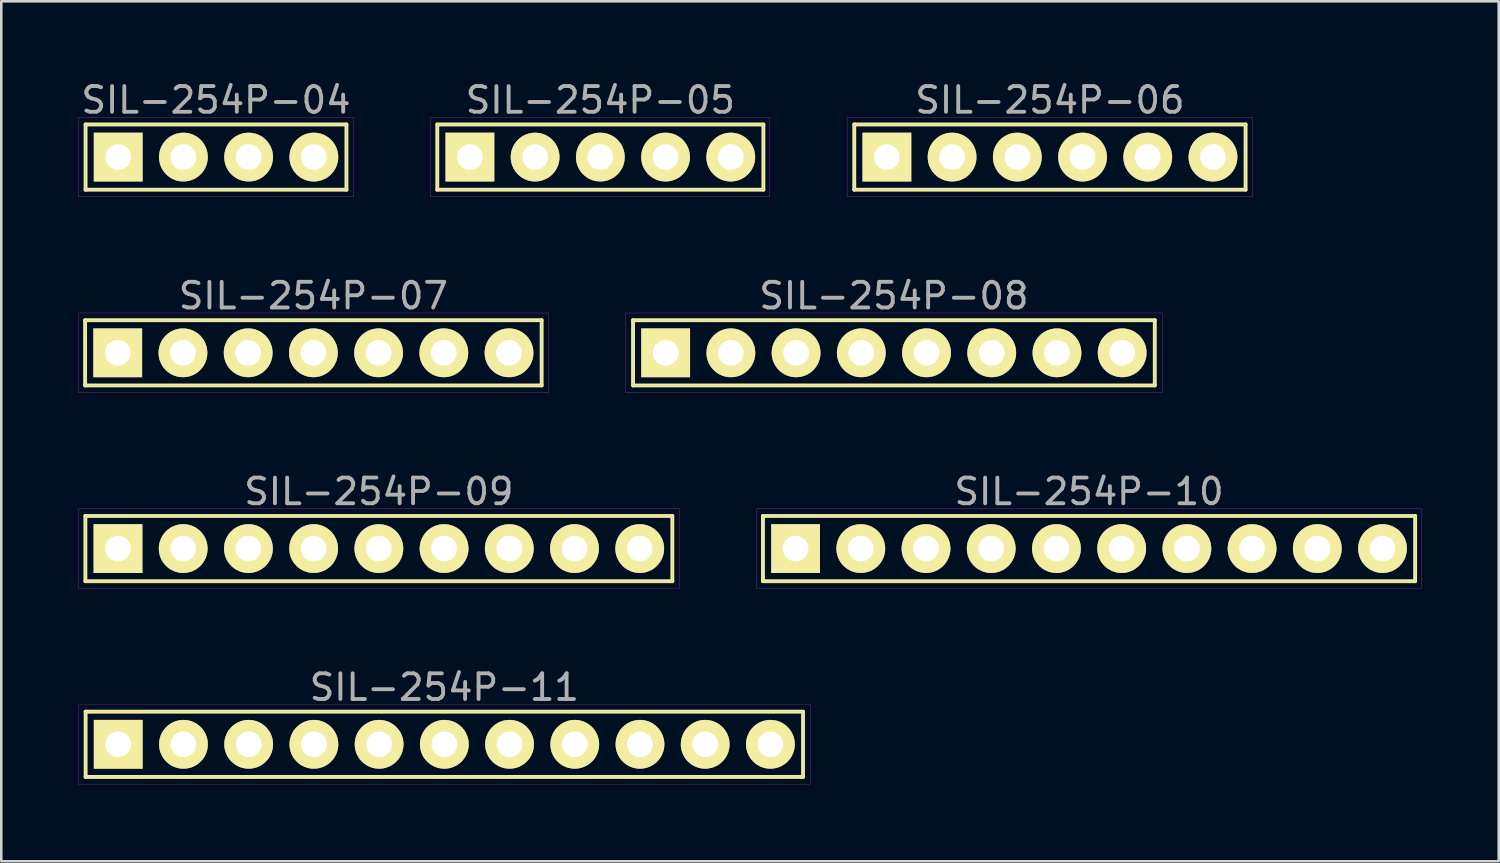
<source format=kicad_pcb>
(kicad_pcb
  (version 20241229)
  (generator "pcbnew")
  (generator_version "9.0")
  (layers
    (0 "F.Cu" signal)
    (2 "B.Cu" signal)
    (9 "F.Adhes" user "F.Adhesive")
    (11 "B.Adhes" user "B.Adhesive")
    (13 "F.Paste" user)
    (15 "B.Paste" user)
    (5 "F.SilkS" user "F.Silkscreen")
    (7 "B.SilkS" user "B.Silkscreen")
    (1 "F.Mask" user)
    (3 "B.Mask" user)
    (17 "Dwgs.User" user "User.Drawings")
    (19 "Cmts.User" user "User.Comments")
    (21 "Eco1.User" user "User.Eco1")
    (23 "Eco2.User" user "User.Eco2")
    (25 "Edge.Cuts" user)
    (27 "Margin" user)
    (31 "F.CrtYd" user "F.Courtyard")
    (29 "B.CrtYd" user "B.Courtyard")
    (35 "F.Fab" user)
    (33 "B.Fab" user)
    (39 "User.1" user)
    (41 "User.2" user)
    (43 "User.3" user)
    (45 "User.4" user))
  (footprint "SIL-254P-07"
    (layer "F.Cu")
    (at 9.155 10.691)
    (property "Reference" "SIL-254P-07" (at 0 -2.22 0) (layer "F.Fab") (effects (font (size 1 1) (thickness 0.15))))
    (attr through_hole)
    (fp_line (start -8.89 -1.27) (end 8.89 -1.27) (stroke (width 0.15) (type solid)) (layer "F.SilkS"))
    (fp_line (start -8.89 1.27) (end -8.89 -1.27) (stroke (width 0.15) (type solid)) (layer "F.SilkS"))
    (fp_line (start 8.89 -1.27) (end 8.89 1.27) (stroke (width 0.15) (type solid)) (layer "F.SilkS"))
    (fp_line (start 8.89 1.27) (end -8.89 1.27) (stroke (width 0.15) (type solid)) (layer "F.SilkS"))
    (fp_line (start -9.15 -1.55) (end 9.15 -1.55) (stroke (width 0.01) (type solid)) (layer "F.CrtYd"))
    (fp_line (start -9.15 1.55) (end -9.15 -1.55) (stroke (width 0.01) (type solid)) (layer "F.CrtYd"))
    (fp_line (start 9.15 -1.55) (end 9.15 1.55) (stroke (width 0.01) (type solid)) (layer "F.CrtYd"))
    (fp_line (start 9.15 1.55) (end -9.15 1.55) (stroke (width 0.01) (type solid)) (layer "F.CrtYd"))
    (fp_line (start -8.89 -1.27) (end 8.89 -1.27) (stroke (width 0.01) (type solid)) (layer "F.Fab"))
    (fp_line (start -8.89 1.27) (end -8.89 -1.27) (stroke (width 0.01) (type solid)) (layer "F.Fab"))
    (fp_line (start 8.89 -1.27) (end 8.89 1.27) (stroke (width 0.01) (type solid)) (layer "F.Fab"))
    (fp_line (start 8.89 1.27) (end -8.89 1.27) (stroke (width 0.01) (type solid)) (layer "F.Fab"))
    (pad "1" thru_hole rect (at -7.62 0) (size 1.9 1.9) (drill 1) (layers "*.Cu" "*.Mask" "F.SilkS"))
    (pad "2" thru_hole circle (at -5.08 0) (size 1.9 1.9) (drill 1) (layers "*.Cu" "*.Mask" "F.SilkS"))
    (pad "3" thru_hole circle (at -2.54 0) (size 1.9 1.9) (drill 1) (layers "*.Cu" "*.Mask" "F.SilkS"))
    (pad "4" thru_hole circle (at 0 0) (size 1.9 1.9) (drill 1) (layers "*.Cu" "*.Mask" "F.SilkS"))
    (pad "5" thru_hole circle (at 2.54 0) (size 1.9 1.9) (drill 1) (layers "*.Cu" "*.Mask" "F.SilkS"))
    (pad "6" thru_hole circle (at 5.08 0) (size 1.9 1.9) (drill 1) (layers "*.Cu" "*.Mask" "F.SilkS"))
    (pad "7" thru_hole circle (at 7.62 0) (size 1.9 1.9) (drill 1) (layers "*.Cu" "*.Mask" "F.SilkS")))
  (footprint "SIL-254P-09"
    (layer "F.Cu")
    (at 11.705 18.315)
    (property "Reference" "SIL-254P-09" (at 0 -2.22 0) (layer "F.Fab") (effects (font (size 1 1) (thickness 0.15))))
    (attr through_hole)
    (fp_line (start -11.43 -1.27) (end 11.43 -1.27) (stroke (width 0.15) (type solid)) (layer "F.SilkS"))
    (fp_line (start -11.43 1.27) (end -11.43 -1.27) (stroke (width 0.15) (type solid)) (layer "F.SilkS"))
    (fp_line (start 11.43 -1.27) (end 11.43 1.27) (stroke (width 0.15) (type solid)) (layer "F.SilkS"))
    (fp_line (start 11.43 1.27) (end -11.43 1.27) (stroke (width 0.15) (type solid)) (layer "F.SilkS"))
    (fp_line (start -11.7 -1.55) (end 11.7 -1.55) (stroke (width 0.01) (type solid)) (layer "F.CrtYd"))
    (fp_line (start -11.7 1.55) (end -11.7 -1.55) (stroke (width 0.01) (type solid)) (layer "F.CrtYd"))
    (fp_line (start 11.7 -1.55) (end 11.7 1.55) (stroke (width 0.01) (type solid)) (layer "F.CrtYd"))
    (fp_line (start 11.7 1.55) (end -11.7 1.55) (stroke (width 0.01) (type solid)) (layer "F.CrtYd"))
    (fp_line (start -11.43 -1.27) (end 11.43 -1.27) (stroke (width 0.01) (type solid)) (layer "F.Fab"))
    (fp_line (start -11.43 1.27) (end -11.43 -1.27) (stroke (width 0.01) (type solid)) (layer "F.Fab"))
    (fp_line (start 11.43 -1.27) (end 11.43 1.27) (stroke (width 0.01) (type solid)) (layer "F.Fab"))
    (fp_line (start 11.43 1.27) (end -11.43 1.27) (stroke (width 0.01) (type solid)) (layer "F.Fab"))
    (pad "1" thru_hole rect (at -10.16 0) (size 1.9 1.9) (drill 1) (layers "*.Cu" "*.Mask" "F.SilkS"))
    (pad "2" thru_hole circle (at -7.62 0) (size 1.9 1.9) (drill 1) (layers "*.Cu" "*.Mask" "F.SilkS"))
    (pad "3" thru_hole circle (at -5.08 0) (size 1.9 1.9) (drill 1) (layers "*.Cu" "*.Mask" "F.SilkS"))
    (pad "4" thru_hole circle (at -2.54 0) (size 1.9 1.9) (drill 1) (layers "*.Cu" "*.Mask" "F.SilkS"))
    (pad "5" thru_hole circle (at 0 0) (size 1.9 1.9) (drill 1) (layers "*.Cu" "*.Mask" "F.SilkS"))
    (pad "6" thru_hole circle (at 2.54 0) (size 1.9 1.9) (drill 1) (layers "*.Cu" "*.Mask" "F.SilkS"))
    (pad "7" thru_hole circle (at 5.08 0) (size 1.9 1.9) (drill 1) (layers "*.Cu" "*.Mask" "F.SilkS"))
    (pad "8" thru_hole circle (at 7.62 0) (size 1.9 1.9) (drill 1) (layers "*.Cu" "*.Mask" "F.SilkS"))
    (pad "9" thru_hole circle (at 10.16 0) (size 1.9 1.9) (drill 1) (layers "*.Cu" "*.Mask" "F.SilkS")))
  (footprint "SIL-254P-04"
    (layer "F.Cu")
    (at 5.363 3.068)
    (property "Reference" "SIL-254P-04" (at 0 -2.22 0) (layer "F.Fab") (effects (font (size 1 1) (thickness 0.15))))
    (attr through_hole)
    (fp_line (start -5.08 -1.27) (end 5.08 -1.27) (stroke (width 0.15) (type solid)) (layer "F.SilkS"))
    (fp_line (start -5.08 1.27) (end -5.08 -1.27) (stroke (width 0.15) (type solid)) (layer "F.SilkS"))
    (fp_line (start 5.08 -1.27) (end 5.08 1.27) (stroke (width 0.15) (type solid)) (layer "F.SilkS"))
    (fp_line (start 5.08 1.27) (end -5.08 1.27) (stroke (width 0.15) (type solid)) (layer "F.SilkS"))
    (fp_line (start -5.35 -1.55) (end 5.35 -1.55) (stroke (width 0.01) (type solid)) (layer "F.CrtYd"))
    (fp_line (start -5.35 1.55) (end -5.35 -1.55) (stroke (width 0.01) (type solid)) (layer "F.CrtYd"))
    (fp_line (start 5.35 -1.55) (end 5.35 1.55) (stroke (width 0.01) (type solid)) (layer "F.CrtYd"))
    (fp_line (start 5.35 1.55) (end -5.35 1.55) (stroke (width 0.01) (type solid)) (layer "F.CrtYd"))
    (fp_line (start -5.08 -1.27) (end 5.08 -1.27) (stroke (width 0.01) (type solid)) (layer "F.Fab"))
    (fp_line (start -5.08 1.27) (end -5.08 -1.27) (stroke (width 0.01) (type solid)) (layer "F.Fab"))
    (fp_line (start 5.08 -1.27) (end 5.08 1.27) (stroke (width 0.01) (type solid)) (layer "F.Fab"))
    (fp_line (start 5.08 1.27) (end -5.08 1.27) (stroke (width 0.01) (type solid)) (layer "F.Fab"))
    (pad "1" thru_hole rect (at -3.81 0) (size 1.9 1.9) (drill 1) (layers "*.Cu" "*.Mask" "F.SilkS"))
    (pad "2" thru_hole circle (at -1.27 0) (size 1.9 1.9) (drill 1) (layers "*.Cu" "*.Mask" "F.SilkS"))
    (pad "3" thru_hole circle (at 1.27 0) (size 1.9 1.9) (drill 1) (layers "*.Cu" "*.Mask" "F.SilkS"))
    (pad "4" thru_hole circle (at 3.81 0) (size 1.9 1.9) (drill 1) (layers "*.Cu" "*.Mask" "F.SilkS")))
  (footprint "SIL-254P-08"
    (layer "F.Cu")
    (at 31.765 10.691)
    (property "Reference" "SIL-254P-08" (at 0 -2.22 0) (layer "F.Fab") (effects (font (size 1 1) (thickness 0.15))))
    (attr through_hole)
    (fp_line (start -10.16 -1.27) (end 10.16 -1.27) (stroke (width 0.15) (type solid)) (layer "F.SilkS"))
    (fp_line (start -10.16 1.27) (end -10.16 -1.27) (stroke (width 0.15) (type solid)) (layer "F.SilkS"))
    (fp_line (start 10.16 -1.27) (end 10.16 1.27) (stroke (width 0.15) (type solid)) (layer "F.SilkS"))
    (fp_line (start 10.16 1.27) (end -10.16 1.27) (stroke (width 0.15) (type solid)) (layer "F.SilkS"))
    (fp_line (start -10.45 -1.55) (end 10.45 -1.55) (stroke (width 0.01) (type solid)) (layer "F.CrtYd"))
    (fp_line (start -10.45 1.55) (end -10.45 -1.55) (stroke (width 0.01) (type solid)) (layer "F.CrtYd"))
    (fp_line (start 10.45 -1.55) (end 10.45 1.55) (stroke (width 0.01) (type solid)) (layer "F.CrtYd"))
    (fp_line (start 10.45 1.55) (end -10.45 1.55) (stroke (width 0.01) (type solid)) (layer "F.CrtYd"))
    (fp_line (start -10.16 -1.27) (end 10.16 -1.27) (stroke (width 0.01) (type solid)) (layer "F.Fab"))
    (fp_line (start -10.16 1.27) (end -10.16 -1.27) (stroke (width 0.01) (type solid)) (layer "F.Fab"))
    (fp_line (start 10.16 -1.27) (end 10.16 1.27) (stroke (width 0.01) (type solid)) (layer "F.Fab"))
    (fp_line (start 10.16 1.27) (end -10.16 1.27) (stroke (width 0.01) (type solid)) (layer "F.Fab"))
    (pad "1" thru_hole rect (at -8.89 0) (size 1.9 1.9) (drill 1) (layers "*.Cu" "*.Mask" "F.SilkS"))
    (pad "2" thru_hole circle (at -6.35 0) (size 1.9 1.9) (drill 1) (layers "*.Cu" "*.Mask" "F.SilkS"))
    (pad "3" thru_hole circle (at -3.81 0) (size 1.9 1.9) (drill 1) (layers "*.Cu" "*.Mask" "F.SilkS"))
    (pad "4" thru_hole circle (at -1.27 0) (size 1.9 1.9) (drill 1) (layers "*.Cu" "*.Mask" "F.SilkS"))
    (pad "5" thru_hole circle (at 1.27 0) (size 1.9 1.9) (drill 1) (layers "*.Cu" "*.Mask" "F.SilkS"))
    (pad "6" thru_hole circle (at 3.81 0) (size 1.9 1.9) (drill 1) (layers "*.Cu" "*.Mask" "F.SilkS"))
    (pad "7" thru_hole circle (at 6.35 0) (size 1.9 1.9) (drill 1) (layers "*.Cu" "*.Mask" "F.SilkS"))
    (pad "8" thru_hole circle (at 8.89 0) (size 1.9 1.9) (drill 1) (layers "*.Cu" "*.Mask" "F.SilkS")))
  (footprint "SIL-254P-05"
    (layer "F.Cu")
    (at 20.331 3.068)
    (property "Reference" "SIL-254P-05" (at 0 -2.22 0) (layer "F.Fab") (effects (font (size 1 1) (thickness 0.15))))
    (attr through_hole)
    (fp_line (start -6.35 -1.27) (end 6.35 -1.27) (stroke (width 0.15) (type solid)) (layer "F.SilkS"))
    (fp_line (start -6.35 1.27) (end -6.35 -1.27) (stroke (width 0.15) (type solid)) (layer "F.SilkS"))
    (fp_line (start 6.35 -1.27) (end 6.35 1.27) (stroke (width 0.15) (type solid)) (layer "F.SilkS"))
    (fp_line (start 6.35 1.27) (end -6.35 1.27) (stroke (width 0.15) (type solid)) (layer "F.SilkS"))
    (fp_line (start -6.6 -1.55) (end 6.6 -1.55) (stroke (width 0.01) (type solid)) (layer "F.CrtYd"))
    (fp_line (start -6.6 1.55) (end -6.6 -1.55) (stroke (width 0.01) (type solid)) (layer "F.CrtYd"))
    (fp_line (start 6.6 -1.55) (end 6.6 1.55) (stroke (width 0.01) (type solid)) (layer "F.CrtYd"))
    (fp_line (start 6.6 1.55) (end -6.6 1.55) (stroke (width 0.01) (type solid)) (layer "F.CrtYd"))
    (fp_line (start -6.35 -1.27) (end 6.35 -1.27) (stroke (width 0.01) (type solid)) (layer "F.Fab"))
    (fp_line (start -6.35 1.27) (end -6.35 -1.27) (stroke (width 0.01) (type solid)) (layer "F.Fab"))
    (fp_line (start 6.35 -1.27) (end 6.35 1.27) (stroke (width 0.01) (type solid)) (layer "F.Fab"))
    (fp_line (start 6.35 1.27) (end -6.35 1.27) (stroke (width 0.01) (type solid)) (layer "F.Fab"))
    (pad "1" thru_hole rect (at -5.08 0) (size 1.9 1.9) (drill 1) (layers "*.Cu" "*.Mask" "F.SilkS"))
    (pad "2" thru_hole circle (at -2.54 0) (size 1.9 1.9) (drill 1) (layers "*.Cu" "*.Mask" "F.SilkS"))
    (pad "3" thru_hole circle (at 0 0) (size 1.9 1.9) (drill 1) (layers "*.Cu" "*.Mask" "F.SilkS"))
    (pad "4" thru_hole circle (at 2.54 0) (size 1.9 1.9) (drill 1) (layers "*.Cu" "*.Mask" "F.SilkS"))
    (pad "5" thru_hole circle (at 5.08 0) (size 1.9 1.9) (drill 1) (layers "*.Cu" "*.Mask" "F.SilkS")))
  (footprint "SIL-254P-06"
    (layer "F.Cu")
    (at 37.841 3.068)
    (property "Reference" "SIL-254P-06" (at 0 -2.22 0) (layer "F.Fab") (effects (font (size 1 1) (thickness 0.15))))
    (attr through_hole)
    (fp_line (start -7.62 -1.27) (end 7.62 -1.27) (stroke (width 0.15) (type solid)) (layer "F.SilkS"))
    (fp_line (start -7.62 1.27) (end -7.62 -1.27) (stroke (width 0.15) (type solid)) (layer "F.SilkS"))
    (fp_line (start 7.62 -1.27) (end 7.62 1.27) (stroke (width 0.15) (type solid)) (layer "F.SilkS"))
    (fp_line (start 7.62 1.27) (end -7.62 1.27) (stroke (width 0.15) (type solid)) (layer "F.SilkS"))
    (fp_line (start -7.9 -1.55) (end 7.9 -1.55) (stroke (width 0.01) (type solid)) (layer "F.CrtYd"))
    (fp_line (start -7.9 1.55) (end -7.9 -1.55) (stroke (width 0.01) (type solid)) (layer "F.CrtYd"))
    (fp_line (start 7.9 -1.55) (end 7.9 1.55) (stroke (width 0.01) (type solid)) (layer "F.CrtYd"))
    (fp_line (start 7.9 1.55) (end -7.9 1.55) (stroke (width 0.01) (type solid)) (layer "F.CrtYd"))
    (fp_line (start -7.62 -1.27) (end 7.62 -1.27) (stroke (width 0.01) (type solid)) (layer "F.Fab"))
    (fp_line (start -7.62 1.27) (end -7.62 -1.27) (stroke (width 0.01) (type solid)) (layer "F.Fab"))
    (fp_line (start 7.62 -1.27) (end 7.62 1.27) (stroke (width 0.01) (type solid)) (layer "F.Fab"))
    (fp_line (start 7.62 1.27) (end -7.62 1.27) (stroke (width 0.01) (type solid)) (layer "F.Fab"))
    (pad "1" thru_hole rect (at -6.35 0) (size 1.9 1.9) (drill 1) (layers "*.Cu" "*.Mask" "F.SilkS"))
    (pad "2" thru_hole circle (at -3.81 0) (size 1.9 1.9) (drill 1) (layers "*.Cu" "*.Mask" "F.SilkS"))
    (pad "3" thru_hole circle (at -1.27 0) (size 1.9 1.9) (drill 1) (layers "*.Cu" "*.Mask" "F.SilkS"))
    (pad "4" thru_hole circle (at 1.27 0) (size 1.9 1.9) (drill 1) (layers "*.Cu" "*.Mask" "F.SilkS"))
    (pad "5" thru_hole circle (at 3.81 0) (size 1.9 1.9) (drill 1) (layers "*.Cu" "*.Mask" "F.SilkS"))
    (pad "6" thru_hole circle (at 6.35 0) (size 1.9 1.9) (drill 1) (layers "*.Cu" "*.Mask" "F.SilkS")))
  (footprint "SIL-254P-11"
    (layer "F.Cu")
    (at 14.255 25.938)
    (property "Reference" "SIL-254P-11" (at 0 -2.22 0) (layer "F.Fab") (effects (font (size 1 1) (thickness 0.15))))
    (attr through_hole)
    (fp_line (start -13.97 -1.27) (end 13.97 -1.27) (stroke (width 0.15) (type solid)) (layer "F.SilkS"))
    (fp_line (start -13.97 1.27) (end -13.97 -1.27) (stroke (width 0.15) (type solid)) (layer "F.SilkS"))
    (fp_line (start 13.97 -1.27) (end 13.97 1.27) (stroke (width 0.15) (type solid)) (layer "F.SilkS"))
    (fp_line (start 13.97 1.27) (end -13.97 1.27) (stroke (width 0.15) (type solid)) (layer "F.SilkS"))
    (fp_line (start -14.25 -1.55) (end 14.25 -1.55) (stroke (width 0.01) (type solid)) (layer "F.CrtYd"))
    (fp_line (start -14.25 1.55) (end -14.25 -1.55) (stroke (width 0.01) (type solid)) (layer "F.CrtYd"))
    (fp_line (start 14.25 -1.55) (end 14.25 1.55) (stroke (width 0.01) (type solid)) (layer "F.CrtYd"))
    (fp_line (start 14.25 1.55) (end -14.25 1.55) (stroke (width 0.01) (type solid)) (layer "F.CrtYd"))
    (fp_line (start -13.97 -1.27) (end 13.97 -1.27) (stroke (width 0.01) (type solid)) (layer "F.Fab"))
    (fp_line (start -13.97 1.27) (end -13.97 -1.27) (stroke (width 0.01) (type solid)) (layer "F.Fab"))
    (fp_line (start 13.97 -1.27) (end 13.97 1.27) (stroke (width 0.01) (type solid)) (layer "F.Fab"))
    (fp_line (start 13.97 1.27) (end -13.97 1.27) (stroke (width 0.01) (type solid)) (layer "F.Fab"))
    (pad "1" thru_hole rect (at -12.7 0) (size 1.9 1.9) (drill 1) (layers "*.Cu" "*.Mask" "F.SilkS"))
    (pad "2" thru_hole circle (at -10.16 0) (size 1.9 1.9) (drill 1) (layers "*.Cu" "*.Mask" "F.SilkS"))
    (pad "3" thru_hole circle (at -7.62 0) (size 1.9 1.9) (drill 1) (layers "*.Cu" "*.Mask" "F.SilkS"))
    (pad "4" thru_hole circle (at -5.08 0) (size 1.9 1.9) (drill 1) (layers "*.Cu" "*.Mask" "F.SilkS"))
    (pad "5" thru_hole circle (at -2.54 0) (size 1.9 1.9) (drill 1) (layers "*.Cu" "*.Mask" "F.SilkS"))
    (pad "6" thru_hole circle (at 0 0) (size 1.9 1.9) (drill 1) (layers "*.Cu" "*.Mask" "F.SilkS"))
    (pad "7" thru_hole circle (at 2.54 0) (size 1.9 1.9) (drill 1) (layers "*.Cu" "*.Mask" "F.SilkS"))
    (pad "8" thru_hole circle (at 5.08 0) (size 1.9 1.9) (drill 1) (layers "*.Cu" "*.Mask" "F.SilkS"))
    (pad "9" thru_hole circle (at 7.62 0) (size 1.9 1.9) (drill 1) (layers "*.Cu" "*.Mask" "F.SilkS"))
    (pad "10" thru_hole circle (at 10.16 0) (size 1.9 1.9) (drill 1) (layers "*.Cu" "*.Mask" "F.SilkS"))
    (pad "11" thru_hole circle (at 12.7 0) (size 1.9 1.9) (drill 1) (layers "*.Cu" "*.Mask" "F.SilkS")))
  (footprint "SIL-254P-10"
    (layer "F.Cu")
    (at 39.365 18.315)
    (property "Reference" "SIL-254P-10" (at 0 -2.22 0) (layer "F.Fab") (effects (font (size 1 1) (thickness 0.15))))
    (attr through_hole)
    (fp_line (start -12.7 -1.27) (end 12.7 -1.27) (stroke (width 0.15) (type solid)) (layer "F.SilkS"))
    (fp_line (start -12.7 1.27) (end -12.7 -1.27) (stroke (width 0.15) (type solid)) (layer "F.SilkS"))
    (fp_line (start 12.7 -1.27) (end 12.7 1.27) (stroke (width 0.15) (type solid)) (layer "F.SilkS"))
    (fp_line (start 12.7 1.27) (end -12.7 1.27) (stroke (width 0.15) (type solid)) (layer "F.SilkS"))
    (fp_line (start -12.95 -1.55) (end 12.95 -1.55) (stroke (width 0.01) (type solid)) (layer "F.CrtYd"))
    (fp_line (start -12.95 1.55) (end -12.95 -1.55) (stroke (width 0.01) (type solid)) (layer "F.CrtYd"))
    (fp_line (start 12.95 -1.55) (end 12.95 1.55) (stroke (width 0.01) (type solid)) (layer "F.CrtYd"))
    (fp_line (start 12.95 1.55) (end -12.95 1.55) (stroke (width 0.01) (type solid)) (layer "F.CrtYd"))
    (fp_line (start -12.7 -1.27) (end 12.7 -1.27) (stroke (width 0.01) (type solid)) (layer "F.Fab"))
    (fp_line (start -12.7 1.27) (end -12.7 -1.27) (stroke (width 0.01) (type solid)) (layer "F.Fab"))
    (fp_line (start 12.7 -1.27) (end 12.7 1.27) (stroke (width 0.01) (type solid)) (layer "F.Fab"))
    (fp_line (start 12.7 1.27) (end -12.7 1.27) (stroke (width 0.01) (type solid)) (layer "F.Fab"))
    (pad "1" thru_hole rect (at -11.43 0) (size 1.9 1.9) (drill 1) (layers "*.Cu" "*.Mask" "F.SilkS"))
    (pad "2" thru_hole circle (at -8.89 0) (size 1.9 1.9) (drill 1) (layers "*.Cu" "*.Mask" "F.SilkS"))
    (pad "3" thru_hole circle (at -6.35 0) (size 1.9 1.9) (drill 1) (layers "*.Cu" "*.Mask" "F.SilkS"))
    (pad "4" thru_hole circle (at -3.81 0) (size 1.9 1.9) (drill 1) (layers "*.Cu" "*.Mask" "F.SilkS"))
    (pad "5" thru_hole circle (at -1.27 0) (size 1.9 1.9) (drill 1) (layers "*.Cu" "*.Mask" "F.SilkS"))
    (pad "6" thru_hole circle (at 1.27 0) (size 1.9 1.9) (drill 1) (layers "*.Cu" "*.Mask" "F.SilkS"))
    (pad "7" thru_hole circle (at 3.81 0) (size 1.9 1.9) (drill 1) (layers "*.Cu" "*.Mask" "F.SilkS"))
    (pad "8" thru_hole circle (at 6.35 0) (size 1.9 1.9) (drill 1) (layers "*.Cu" "*.Mask" "F.SilkS"))
    (pad "9" thru_hole circle (at 8.89 0) (size 1.9 1.9) (drill 1) (layers "*.Cu" "*.Mask" "F.SilkS"))
    (pad "10" thru_hole circle (at 11.43 0) (size 1.9 1.9) (drill 1) (layers "*.Cu" "*.Mask" "F.SilkS")))
  (gr_rect
    (start -3 -3)
    (end 55.32 30.493)
    (stroke (width 0.1) (type default))
    (fill no)
    (layer "Edge.Cuts")))
</source>
